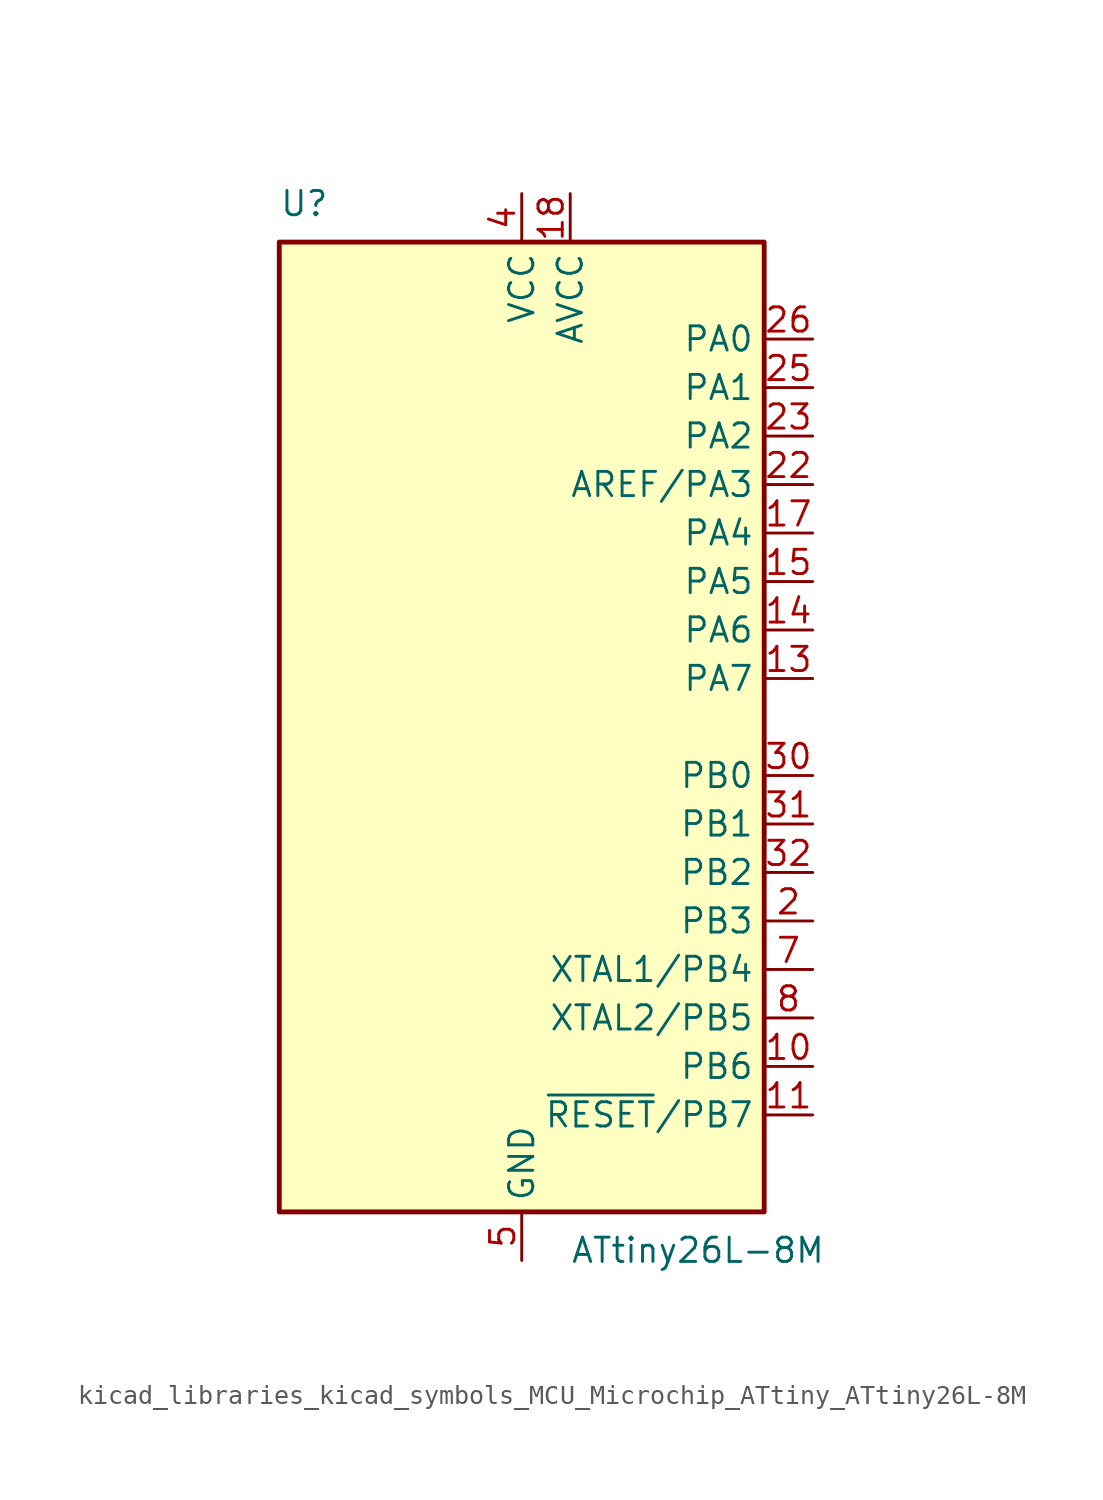
<source format=kicad_sym>
(kicad_symbol_lib
  (version 20220914)
  (generator kicad_symbol_editor)
  (symbol "kicad_libraries_kicad_symbols_MCU_Microchip_ATtiny_ATtiny26L-8M"
    (property "Reference" "U"
      (at -12.7 26.67 0)
      (effects (font (size 1.27 1.27)) (justify left bottom)))
    (property "Value" "ATtiny26L-8M"
      (at 2.54 -26.67 0)
      (effects (font (size 1.27 1.27)) (justify left top)))
    (symbol "kicad_libraries_kicad_symbols_MCU_Microchip_ATtiny_ATtiny26L-8M_0_1"
      (rectangle (start -12.7 -25.4) (end 12.7 25.4) (stroke (width 0.254) (type default)) (fill (type background))))
    (symbol "kicad_libraries_kicad_symbols_MCU_Microchip_ATtiny_ATtiny26L-8M_1_1"
      (pin no_connect line (at -12.7 5.08 0) (length 2.54) hide (name "NC" (effects (font (size 1.27 1.27)))) (number "1" (effects (font (size 1.27 1.27)))))
      (pin bidirectional line (at 15.24 -17.78 180) (length 2.54) (name "PB6" (effects (font (size 1.27 1.27)))) (number "10" (effects (font (size 1.27 1.27)))))
      (pin bidirectional line (at 15.24 -20.32 180) (length 2.54) (name "~{RESET}/PB7" (effects (font (size 1.27 1.27)))) (number "11" (effects (font (size 1.27 1.27)))))
      (pin no_connect line (at -12.7 -5.08 0) (length 2.54) hide (name "NC" (effects (font (size 1.27 1.27)))) (number "12" (effects (font (size 1.27 1.27)))))
      (pin bidirectional line (at 15.24 2.54 180) (length 2.54) (name "PA7" (effects (font (size 1.27 1.27)))) (number "13" (effects (font (size 1.27 1.27)))))
      (pin bidirectional line (at 15.24 5.08 180) (length 2.54) (name "PA6" (effects (font (size 1.27 1.27)))) (number "14" (effects (font (size 1.27 1.27)))))
      (pin bidirectional line (at 15.24 7.62 180) (length 2.54) (name "PA5" (effects (font (size 1.27 1.27)))) (number "15" (effects (font (size 1.27 1.27)))))
      (pin no_connect line (at -12.7 -7.62 0) (length 2.54) hide (name "NC" (effects (font (size 1.27 1.27)))) (number "16" (effects (font (size 1.27 1.27)))))
      (pin bidirectional line (at 15.24 10.16 180) (length 2.54) (name "PA4" (effects (font (size 1.27 1.27)))) (number "17" (effects (font (size 1.27 1.27)))))
      (pin power_in line (at 2.54 27.94 270) (length 2.54) (name "AVCC" (effects (font (size 1.27 1.27)))) (number "18" (effects (font (size 1.27 1.27)))))
      (pin no_connect line (at -12.7 -10.16 0) (length 2.54) hide (name "NC" (effects (font (size 1.27 1.27)))) (number "19" (effects (font (size 1.27 1.27)))))
      (pin bidirectional line (at 15.24 -10.16 180) (length 2.54) (name "PB3" (effects (font (size 1.27 1.27)))) (number "2" (effects (font (size 1.27 1.27)))))
      (pin no_connect line (at -12.7 -12.7 0) (length 2.54) hide (name "NC" (effects (font (size 1.27 1.27)))) (number "20" (effects (font (size 1.27 1.27)))))
      (pin passive line (at 0 -27.94 90) (length 2.54) hide (name "GND" (effects (font (size 1.27 1.27)))) (number "21" (effects (font (size 1.27 1.27)))))
      (pin bidirectional line (at 15.24 12.7 180) (length 2.54) (name "AREF/PA3" (effects (font (size 1.27 1.27)))) (number "22" (effects (font (size 1.27 1.27)))))
      (pin bidirectional line (at 15.24 15.24 180) (length 2.54) (name "PA2" (effects (font (size 1.27 1.27)))) (number "23" (effects (font (size 1.27 1.27)))))
      (pin no_connect line (at -12.7 -15.24 0) (length 2.54) hide (name "NC" (effects (font (size 1.27 1.27)))) (number "24" (effects (font (size 1.27 1.27)))))
      (pin bidirectional line (at 15.24 17.78 180) (length 2.54) (name "PA1" (effects (font (size 1.27 1.27)))) (number "25" (effects (font (size 1.27 1.27)))))
      (pin bidirectional line (at 15.24 20.32 180) (length 2.54) (name "PA0" (effects (font (size 1.27 1.27)))) (number "26" (effects (font (size 1.27 1.27)))))
      (pin no_connect line (at -12.7 -17.78 0) (length 2.54) hide (name "NC" (effects (font (size 1.27 1.27)))) (number "27" (effects (font (size 1.27 1.27)))))
      (pin no_connect line (at -12.7 -20.32 0) (length 2.54) hide (name "NC" (effects (font (size 1.27 1.27)))) (number "28" (effects (font (size 1.27 1.27)))))
      (pin no_connect line (at -12.7 -22.86 0) (length 2.54) hide (name "NC" (effects (font (size 1.27 1.27)))) (number "29" (effects (font (size 1.27 1.27)))))
      (pin no_connect line (at -12.7 2.54 0) (length 2.54) hide (name "NC" (effects (font (size 1.27 1.27)))) (number "3" (effects (font (size 1.27 1.27)))))
      (pin bidirectional line (at 15.24 -2.54 180) (length 2.54) (name "PB0" (effects (font (size 1.27 1.27)))) (number "30" (effects (font (size 1.27 1.27)))))
      (pin bidirectional line (at 15.24 -5.08 180) (length 2.54) (name "PB1" (effects (font (size 1.27 1.27)))) (number "31" (effects (font (size 1.27 1.27)))))
      (pin bidirectional line (at 15.24 -7.62 180) (length 2.54) (name "PB2" (effects (font (size 1.27 1.27)))) (number "32" (effects (font (size 1.27 1.27)))))
      (pin passive line (at 0 -27.94 90) (length 2.54) hide (name "GND" (effects (font (size 1.27 1.27)))) (number "33" (effects (font (size 1.27 1.27)))))
      (pin power_in line (at 0 27.94 270) (length 2.54) (name "VCC" (effects (font (size 1.27 1.27)))) (number "4" (effects (font (size 1.27 1.27)))))
      (pin power_in line (at 0 -27.94 90) (length 2.54) (name "GND" (effects (font (size 1.27 1.27)))) (number "5" (effects (font (size 1.27 1.27)))))
      (pin no_connect line (at -12.7 0 0) (length 2.54) hide (name "NC" (effects (font (size 1.27 1.27)))) (number "6" (effects (font (size 1.27 1.27)))))
      (pin bidirectional line (at 15.24 -12.7 180) (length 2.54) (name "XTAL1/PB4" (effects (font (size 1.27 1.27)))) (number "7" (effects (font (size 1.27 1.27)))))
      (pin bidirectional line (at 15.24 -15.24 180) (length 2.54) (name "XTAL2/PB5" (effects (font (size 1.27 1.27)))) (number "8" (effects (font (size 1.27 1.27)))))
      (pin no_connect line (at -12.7 -2.54 0) (length 2.54) hide (name "NC" (effects (font (size 1.27 1.27)))) (number "9" (effects (font (size 1.27 1.27))))))))
</source>
